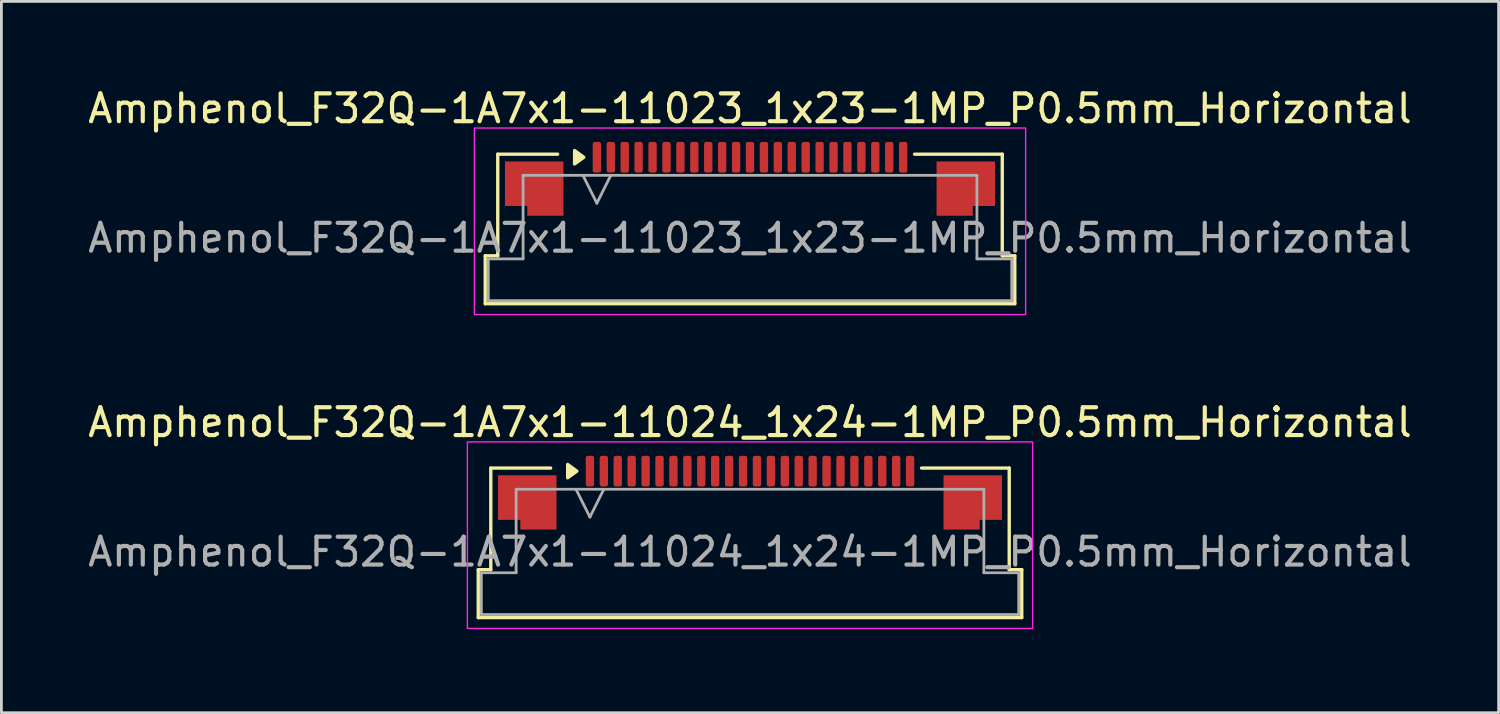
<source format=kicad_pcb>
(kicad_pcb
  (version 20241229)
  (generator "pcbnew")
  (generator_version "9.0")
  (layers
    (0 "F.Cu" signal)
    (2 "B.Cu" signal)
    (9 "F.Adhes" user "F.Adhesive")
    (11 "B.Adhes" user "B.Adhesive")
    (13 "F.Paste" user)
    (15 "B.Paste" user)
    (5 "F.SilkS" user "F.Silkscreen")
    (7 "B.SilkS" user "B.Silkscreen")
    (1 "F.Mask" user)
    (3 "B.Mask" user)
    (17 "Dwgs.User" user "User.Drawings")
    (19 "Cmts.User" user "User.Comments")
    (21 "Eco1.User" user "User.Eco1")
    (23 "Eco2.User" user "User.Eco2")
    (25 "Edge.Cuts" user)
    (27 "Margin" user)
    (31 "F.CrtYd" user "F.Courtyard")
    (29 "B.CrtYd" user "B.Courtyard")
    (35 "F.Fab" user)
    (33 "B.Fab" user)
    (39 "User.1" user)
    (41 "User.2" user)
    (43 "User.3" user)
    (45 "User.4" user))
  (footprint "Amphenol_F32Q-1A7x1-11023_1x23-1MP_P0.5mm_Horizontal"
    (layer "F.Cu")
    (at 23.887 5.498)
    (property "Reference" "Amphenol_F32Q-1A7x1-11023_1x23-1MP_P0.5mm_Horizontal" (at 0 -4.65 0) (layer "F.SilkS") (effects (font (size 1 1) (thickness 0.15))))
    (attr smd)
    (fp_line (start -9.51 0.64) (end -9.06 0.64) (stroke (width 0.12) (type solid)) (layer "F.SilkS"))
    (fp_line (start -9.51 2.36) (end -9.51 0.64) (stroke (width 0.12) (type solid)) (layer "F.SilkS"))
    (fp_line (start -9.06 -3.01) (end -6.91 -3.01) (stroke (width 0.12) (type solid)) (layer "F.SilkS"))
    (fp_line (start -9.06 0.64) (end -9.06 -3.01) (stroke (width 0.12) (type solid)) (layer "F.SilkS"))
    (fp_line (start 5.91 -3.01) (end 9.06 -3.01) (stroke (width 0.12) (type solid)) (layer "F.SilkS"))
    (fp_line (start 9.06 -3.01) (end 9.06 0.64) (stroke (width 0.12) (type solid)) (layer "F.SilkS"))
    (fp_line (start 9.06 0.64) (end 9.51 0.64) (stroke (width 0.12) (type solid)) (layer "F.SilkS"))
    (fp_line (start 9.51 0.64) (end 9.51 2.36) (stroke (width 0.12) (type solid)) (layer "F.SilkS"))
    (fp_line (start 9.51 2.36) (end -9.51 2.36) (stroke (width 0.12) (type solid)) (layer "F.SilkS"))
    (fp_poly (pts (xy -5.97 -2.9) (xy -6.3 -2.66) (xy -6.3 -3.14)) (stroke (width 0.12) (type solid)) (fill yes) (layer "F.SilkS"))
    (fp_rect (start -9.9 -3.95) (end 9.9 2.75) (stroke (width 0.05) (type solid)) (fill no) (layer "F.CrtYd"))
    (fp_line (start -9.4 0.75) (end -8.15 0.75) (stroke (width 0.1) (type solid)) (layer "F.Fab"))
    (fp_line (start -9.4 2.25) (end -9.4 0.75) (stroke (width 0.1) (type solid)) (layer "F.Fab"))
    (fp_line (start -8.15 -2.25) (end 8.15 -2.25) (stroke (width 0.1) (type solid)) (layer "F.Fab"))
    (fp_line (start -8.15 0.75) (end -8.15 -2.25) (stroke (width 0.1) (type solid)) (layer "F.Fab"))
    (fp_line (start -6 -2.25) (end -5.5 -1.25) (stroke (width 0.1) (type solid)) (layer "F.Fab"))
    (fp_line (start -5.5 -1.25) (end -5 -2.25) (stroke (width 0.1) (type solid)) (layer "F.Fab"))
    (fp_line (start 8.15 -2.25) (end 8.15 0.75) (stroke (width 0.1) (type solid)) (layer "F.Fab"))
    (fp_line (start 8.15 0.75) (end 9.4 0.75) (stroke (width 0.1) (type solid)) (layer "F.Fab"))
    (fp_line (start 9.4 0.75) (end 9.4 2.25) (stroke (width 0.1) (type solid)) (layer "F.Fab"))
    (fp_line (start 9.4 2.25) (end -9.4 2.25) (stroke (width 0.1) (type solid)) (layer "F.Fab"))
    (fp_text user "${REFERENCE}" (at 0 0 0) (layer "F.Fab") (effects (font (size 1 1) (thickness 0.15))))
    (pad "1" smd roundrect (at -5.5 -2.9) (size 0.3 1.1) (layers "F.Cu" "F.Mask" "F.Paste") (roundrect_rratio 0.25))
    (pad "2" smd roundrect (at -5 -2.9) (size 0.3 1.1) (layers "F.Cu" "F.Mask" "F.Paste") (roundrect_rratio 0.25))
    (pad "3" smd roundrect (at -4.5 -2.9) (size 0.3 1.1) (layers "F.Cu" "F.Mask" "F.Paste") (roundrect_rratio 0.25))
    (pad "4" smd roundrect (at -4 -2.9) (size 0.3 1.1) (layers "F.Cu" "F.Mask" "F.Paste") (roundrect_rratio 0.25))
    (pad "5" smd roundrect (at -3.5 -2.9) (size 0.3 1.1) (layers "F.Cu" "F.Mask" "F.Paste") (roundrect_rratio 0.25))
    (pad "6" smd roundrect (at -3 -2.9) (size 0.3 1.1) (layers "F.Cu" "F.Mask" "F.Paste") (roundrect_rratio 0.25))
    (pad "7" smd roundrect (at -2.5 -2.9) (size 0.3 1.1) (layers "F.Cu" "F.Mask" "F.Paste") (roundrect_rratio 0.25))
    (pad "8" smd roundrect (at -2 -2.9) (size 0.3 1.1) (layers "F.Cu" "F.Mask" "F.Paste") (roundrect_rratio 0.25))
    (pad "9" smd roundrect (at -1.5 -2.9) (size 0.3 1.1) (layers "F.Cu" "F.Mask" "F.Paste") (roundrect_rratio 0.25))
    (pad "10" smd roundrect (at -1 -2.9) (size 0.3 1.1) (layers "F.Cu" "F.Mask" "F.Paste") (roundrect_rratio 0.25))
    (pad "11" smd roundrect (at -0.5 -2.9) (size 0.3 1.1) (layers "F.Cu" "F.Mask" "F.Paste") (roundrect_rratio 0.25))
    (pad "12" smd roundrect (at 0 -2.9) (size 0.3 1.1) (layers "F.Cu" "F.Mask" "F.Paste") (roundrect_rratio 0.25))
    (pad "13" smd roundrect (at 0.5 -2.9) (size 0.3 1.1) (layers "F.Cu" "F.Mask" "F.Paste") (roundrect_rratio 0.25))
    (pad "14" smd roundrect (at 1 -2.9) (size 0.3 1.1) (layers "F.Cu" "F.Mask" "F.Paste") (roundrect_rratio 0.25))
    (pad "15" smd roundrect (at 1.5 -2.9) (size 0.3 1.1) (layers "F.Cu" "F.Mask" "F.Paste") (roundrect_rratio 0.25))
    (pad "16" smd roundrect (at 2 -2.9) (size 0.3 1.1) (layers "F.Cu" "F.Mask" "F.Paste") (roundrect_rratio 0.25))
    (pad "17" smd roundrect (at 2.5 -2.9) (size 0.3 1.1) (layers "F.Cu" "F.Mask" "F.Paste") (roundrect_rratio 0.25))
    (pad "18" smd roundrect (at 3 -2.9) (size 0.3 1.1) (layers "F.Cu" "F.Mask" "F.Paste") (roundrect_rratio 0.25))
    (pad "19" smd roundrect (at 3.5 -2.9) (size 0.3 1.1) (layers "F.Cu" "F.Mask" "F.Paste") (roundrect_rratio 0.25))
    (pad "20" smd roundrect (at 4 -2.9) (size 0.3 1.1) (layers "F.Cu" "F.Mask" "F.Paste") (roundrect_rratio 0.25))
    (pad "21" smd roundrect (at 4.5 -2.9) (size 0.3 1.1) (layers "F.Cu" "F.Mask" "F.Paste") (roundrect_rratio 0.25))
    (pad "22" smd roundrect (at 5 -2.9) (size 0.3 1.1) (layers "F.Cu" "F.Mask" "F.Paste") (roundrect_rratio 0.25))
    (pad "23" smd roundrect (at 5.5 -2.9) (size 0.3 1.1) (layers "F.Cu" "F.Mask" "F.Paste") (roundrect_rratio 0.25))
    (pad "MP" smd custom (at -7.75 -1.775) (size 1 1) (layers "F.Cu" "F.Mask" "F.Paste") (options (anchor circle)) (primitives (gr_poly (pts (xy 1.05 -0.975) (xy 1.05 0.975) (xy -0.25 0.975) (xy -0.25 0.625) (xy -1.05 0.625) (xy -1.05 -0.975)) (width 0) (fill yes))))
    (pad "MP" smd custom (at 7.75 -1.775) (size 1 1) (layers "F.Cu" "F.Mask" "F.Paste") (options (anchor circle)) (primitives (gr_poly (pts (xy -1.05 -0.975) (xy -1.05 0.975) (xy 0.25 0.975) (xy 0.25 0.625) (xy 1.05 0.625) (xy 1.05 -0.975)) (width 0) (fill yes)))))
  (footprint "Amphenol_F32Q-1A7x1-11024_1x24-1MP_P0.5mm_Horizontal"
    (layer "F.Cu")
    (at 23.887 16.771)
    (property "Reference" "Amphenol_F32Q-1A7x1-11024_1x24-1MP_P0.5mm_Horizontal" (at 0 -4.65 0) (layer "F.SilkS") (effects (font (size 1 1) (thickness 0.15))))
    (attr smd)
    (fp_line (start -9.76 0.64) (end -9.31 0.64) (stroke (width 0.12) (type solid)) (layer "F.SilkS"))
    (fp_line (start -9.76 2.36) (end -9.76 0.64) (stroke (width 0.12) (type solid)) (layer "F.SilkS"))
    (fp_line (start -9.31 -3.01) (end -7.16 -3.01) (stroke (width 0.12) (type solid)) (layer "F.SilkS"))
    (fp_line (start -9.31 0.64) (end -9.31 -3.01) (stroke (width 0.12) (type solid)) (layer "F.SilkS"))
    (fp_line (start 6.16 -3.01) (end 9.31 -3.01) (stroke (width 0.12) (type solid)) (layer "F.SilkS"))
    (fp_line (start 9.31 -3.01) (end 9.31 0.64) (stroke (width 0.12) (type solid)) (layer "F.SilkS"))
    (fp_line (start 9.31 0.64) (end 9.76 0.64) (stroke (width 0.12) (type solid)) (layer "F.SilkS"))
    (fp_line (start 9.76 0.64) (end 9.76 2.36) (stroke (width 0.12) (type solid)) (layer "F.SilkS"))
    (fp_line (start 9.76 2.36) (end -9.76 2.36) (stroke (width 0.12) (type solid)) (layer "F.SilkS"))
    (fp_poly (pts (xy -6.22 -2.9) (xy -6.55 -2.66) (xy -6.55 -3.14)) (stroke (width 0.12) (type solid)) (fill yes) (layer "F.SilkS"))
    (fp_rect (start -10.15 -3.95) (end 10.15 2.75) (stroke (width 0.05) (type solid)) (fill no) (layer "F.CrtYd"))
    (fp_line (start -9.65 0.75) (end -8.4 0.75) (stroke (width 0.1) (type solid)) (layer "F.Fab"))
    (fp_line (start -9.65 2.25) (end -9.65 0.75) (stroke (width 0.1) (type solid)) (layer "F.Fab"))
    (fp_line (start -8.4 -2.25) (end 8.4 -2.25) (stroke (width 0.1) (type solid)) (layer "F.Fab"))
    (fp_line (start -8.4 0.75) (end -8.4 -2.25) (stroke (width 0.1) (type solid)) (layer "F.Fab"))
    (fp_line (start -6.25 -2.25) (end -5.75 -1.25) (stroke (width 0.1) (type solid)) (layer "F.Fab"))
    (fp_line (start -5.75 -1.25) (end -5.25 -2.25) (stroke (width 0.1) (type solid)) (layer "F.Fab"))
    (fp_line (start 8.4 -2.25) (end 8.4 0.75) (stroke (width 0.1) (type solid)) (layer "F.Fab"))
    (fp_line (start 8.4 0.75) (end 9.65 0.75) (stroke (width 0.1) (type solid)) (layer "F.Fab"))
    (fp_line (start 9.65 0.75) (end 9.65 2.25) (stroke (width 0.1) (type solid)) (layer "F.Fab"))
    (fp_line (start 9.65 2.25) (end -9.65 2.25) (stroke (width 0.1) (type solid)) (layer "F.Fab"))
    (fp_text user "${REFERENCE}" (at 0 0 0) (layer "F.Fab") (effects (font (size 1 1) (thickness 0.15))))
    (pad "1" smd roundrect (at -5.75 -2.9) (size 0.3 1.1) (layers "F.Cu" "F.Mask" "F.Paste") (roundrect_rratio 0.25))
    (pad "2" smd roundrect (at -5.25 -2.9) (size 0.3 1.1) (layers "F.Cu" "F.Mask" "F.Paste") (roundrect_rratio 0.25))
    (pad "3" smd roundrect (at -4.75 -2.9) (size 0.3 1.1) (layers "F.Cu" "F.Mask" "F.Paste") (roundrect_rratio 0.25))
    (pad "4" smd roundrect (at -4.25 -2.9) (size 0.3 1.1) (layers "F.Cu" "F.Mask" "F.Paste") (roundrect_rratio 0.25))
    (pad "5" smd roundrect (at -3.75 -2.9) (size 0.3 1.1) (layers "F.Cu" "F.Mask" "F.Paste") (roundrect_rratio 0.25))
    (pad "6" smd roundrect (at -3.25 -2.9) (size 0.3 1.1) (layers "F.Cu" "F.Mask" "F.Paste") (roundrect_rratio 0.25))
    (pad "7" smd roundrect (at -2.75 -2.9) (size 0.3 1.1) (layers "F.Cu" "F.Mask" "F.Paste") (roundrect_rratio 0.25))
    (pad "8" smd roundrect (at -2.25 -2.9) (size 0.3 1.1) (layers "F.Cu" "F.Mask" "F.Paste") (roundrect_rratio 0.25))
    (pad "9" smd roundrect (at -1.75 -2.9) (size 0.3 1.1) (layers "F.Cu" "F.Mask" "F.Paste") (roundrect_rratio 0.25))
    (pad "10" smd roundrect (at -1.25 -2.9) (size 0.3 1.1) (layers "F.Cu" "F.Mask" "F.Paste") (roundrect_rratio 0.25))
    (pad "11" smd roundrect (at -0.75 -2.9) (size 0.3 1.1) (layers "F.Cu" "F.Mask" "F.Paste") (roundrect_rratio 0.25))
    (pad "12" smd roundrect (at -0.25 -2.9) (size 0.3 1.1) (layers "F.Cu" "F.Mask" "F.Paste") (roundrect_rratio 0.25))
    (pad "13" smd roundrect (at 0.25 -2.9) (size 0.3 1.1) (layers "F.Cu" "F.Mask" "F.Paste") (roundrect_rratio 0.25))
    (pad "14" smd roundrect (at 0.75 -2.9) (size 0.3 1.1) (layers "F.Cu" "F.Mask" "F.Paste") (roundrect_rratio 0.25))
    (pad "15" smd roundrect (at 1.25 -2.9) (size 0.3 1.1) (layers "F.Cu" "F.Mask" "F.Paste") (roundrect_rratio 0.25))
    (pad "16" smd roundrect (at 1.75 -2.9) (size 0.3 1.1) (layers "F.Cu" "F.Mask" "F.Paste") (roundrect_rratio 0.25))
    (pad "17" smd roundrect (at 2.25 -2.9) (size 0.3 1.1) (layers "F.Cu" "F.Mask" "F.Paste") (roundrect_rratio 0.25))
    (pad "18" smd roundrect (at 2.75 -2.9) (size 0.3 1.1) (layers "F.Cu" "F.Mask" "F.Paste") (roundrect_rratio 0.25))
    (pad "19" smd roundrect (at 3.25 -2.9) (size 0.3 1.1) (layers "F.Cu" "F.Mask" "F.Paste") (roundrect_rratio 0.25))
    (pad "20" smd roundrect (at 3.75 -2.9) (size 0.3 1.1) (layers "F.Cu" "F.Mask" "F.Paste") (roundrect_rratio 0.25))
    (pad "21" smd roundrect (at 4.25 -2.9) (size 0.3 1.1) (layers "F.Cu" "F.Mask" "F.Paste") (roundrect_rratio 0.25))
    (pad "22" smd roundrect (at 4.75 -2.9) (size 0.3 1.1) (layers "F.Cu" "F.Mask" "F.Paste") (roundrect_rratio 0.25))
    (pad "23" smd roundrect (at 5.25 -2.9) (size 0.3 1.1) (layers "F.Cu" "F.Mask" "F.Paste") (roundrect_rratio 0.25))
    (pad "24" smd roundrect (at 5.75 -2.9) (size 0.3 1.1) (layers "F.Cu" "F.Mask" "F.Paste") (roundrect_rratio 0.25))
    (pad "MP" smd custom (at -8 -1.775) (size 1 1) (layers "F.Cu" "F.Mask" "F.Paste") (options (anchor circle)) (primitives (gr_poly (pts (xy 1.05 -0.975) (xy 1.05 0.975) (xy -0.25 0.975) (xy -0.25 0.625) (xy -1.05 0.625) (xy -1.05 -0.975)) (width 0) (fill yes))))
    (pad "MP" smd custom (at 8 -1.775) (size 1 1) (layers "F.Cu" "F.Mask" "F.Paste") (options (anchor circle)) (primitives (gr_poly (pts (xy -1.05 -0.975) (xy -1.05 0.975) (xy 0.25 0.975) (xy 0.25 0.625) (xy 1.05 0.625) (xy 1.05 -0.975)) (width 0) (fill yes)))))
  (gr_rect
    (start -3 -3)
    (end 50.774 22.547)
    (stroke (width 0.1) (type default))
    (fill no)
    (layer "Edge.Cuts")))
</source>
